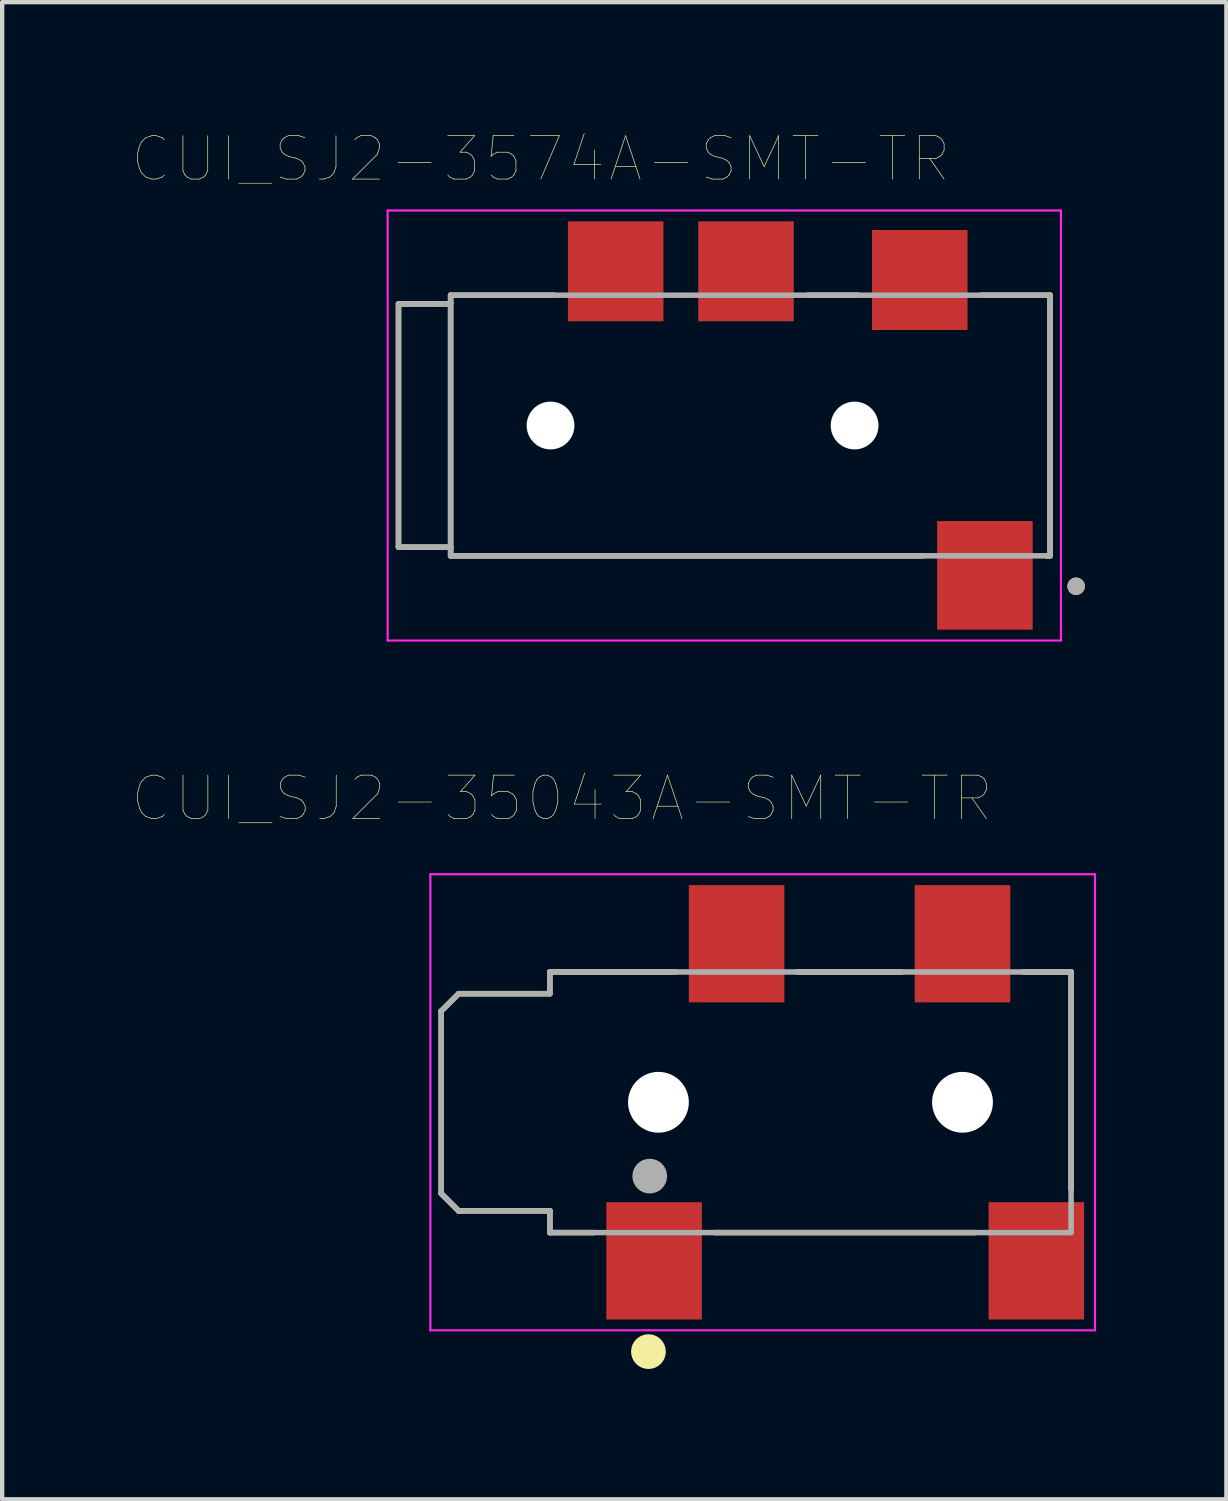
<source format=kicad_pcb>
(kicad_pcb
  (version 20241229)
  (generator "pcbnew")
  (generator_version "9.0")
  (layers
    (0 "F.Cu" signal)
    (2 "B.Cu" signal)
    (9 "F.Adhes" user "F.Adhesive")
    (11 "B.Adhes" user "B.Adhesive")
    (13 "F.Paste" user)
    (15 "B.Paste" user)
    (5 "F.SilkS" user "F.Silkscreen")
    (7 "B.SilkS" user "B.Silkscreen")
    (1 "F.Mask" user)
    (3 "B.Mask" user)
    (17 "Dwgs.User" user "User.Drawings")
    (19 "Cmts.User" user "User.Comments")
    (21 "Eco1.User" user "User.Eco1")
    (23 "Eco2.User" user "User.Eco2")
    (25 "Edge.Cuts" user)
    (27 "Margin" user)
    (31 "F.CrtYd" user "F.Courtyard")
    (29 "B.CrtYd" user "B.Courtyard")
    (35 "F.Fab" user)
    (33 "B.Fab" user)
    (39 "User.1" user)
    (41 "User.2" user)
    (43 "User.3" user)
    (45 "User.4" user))
  (footprint "CUI_SJ2-35043A-SMT-TR"
    (layer "F.Cu")
    (at 15.608 22.326)
    (property "Reference" "CUI_SJ2-35043A-SMT-TR" (at -5.722 -6.993 0) (layer "F.SilkS") (effects (font (size 1.001 1.001) (thickness 0.015))))
    (attr through_hole)
    (fp_line (start -8.5 -2.1) (end -8.5 2.1) (stroke (width 0.127) (type solid)) (layer "F.SilkS"))
    (fp_line (start -8.5 -2.1) (end -8.1 -2.5) (stroke (width 0.127) (type solid)) (layer "F.SilkS"))
    (fp_line (start -8.1 2.5) (end -8.5 2.1) (stroke (width 0.127) (type solid)) (layer "F.SilkS"))
    (fp_line (start -8.1 2.5) (end -6 2.5) (stroke (width 0.127) (type solid)) (layer "F.SilkS"))
    (fp_line (start -6 -3) (end -3.1 -3) (stroke (width 0.127) (type solid)) (layer "F.SilkS"))
    (fp_line (start -6 -2.5) (end -8.1 -2.5) (stroke (width 0.127) (type solid)) (layer "F.SilkS"))
    (fp_line (start -6 -2.5) (end -6 -3) (stroke (width 0.127) (type solid)) (layer "F.SilkS"))
    (fp_line (start -6 3) (end -6 2.5) (stroke (width 0.127) (type solid)) (layer "F.SilkS"))
    (fp_line (start -5 3) (end -6 3) (stroke (width 0.127) (type solid)) (layer "F.SilkS"))
    (fp_line (start -0.3 -3) (end 2.1 -3) (stroke (width 0.127) (type solid)) (layer "F.SilkS"))
    (fp_line (start 3.8 3) (end -2.2 3) (stroke (width 0.127) (type solid)) (layer "F.SilkS"))
    (fp_line (start 4.9 -3) (end 6 -3) (stroke (width 0.127) (type solid)) (layer "F.SilkS"))
    (fp_line (start 6 -3) (end 6 2) (stroke (width 0.127) (type solid)) (layer "F.SilkS"))
    (fp_circle (center -3.73 5.74) (end -3.53 5.74) (stroke (width 0.4) (type solid)) (fill no) (layer "F.SilkS"))
    (fp_line (start -8.75 -5.25) (end 6.55 -5.25) (stroke (width 0.05) (type solid)) (layer "F.CrtYd"))
    (fp_line (start -8.75 5.25) (end -8.75 -5.25) (stroke (width 0.05) (type solid)) (layer "F.CrtYd"))
    (fp_line (start 6.55 -5.25) (end 6.55 5.25) (stroke (width 0.05) (type solid)) (layer "F.CrtYd"))
    (fp_line (start 6.55 5.25) (end -8.75 5.25) (stroke (width 0.05) (type solid)) (layer "F.CrtYd"))
    (fp_line (start -8.5 -2.1) (end -8.5 2.1) (stroke (width 0.127) (type solid)) (layer "F.Fab"))
    (fp_line (start -8.5 -2.1) (end -8.1 -2.5) (stroke (width 0.127) (type solid)) (layer "F.Fab"))
    (fp_line (start -8.1 2.5) (end -8.5 2.1) (stroke (width 0.127) (type solid)) (layer "F.Fab"))
    (fp_line (start -8.1 2.5) (end -6 2.5) (stroke (width 0.127) (type solid)) (layer "F.Fab"))
    (fp_line (start -6 -3) (end 6 -3) (stroke (width 0.127) (type solid)) (layer "F.Fab"))
    (fp_line (start -6 -2.5) (end -8.1 -2.5) (stroke (width 0.127) (type solid)) (layer "F.Fab"))
    (fp_line (start -6 -2.5) (end -6 -3) (stroke (width 0.127) (type solid)) (layer "F.Fab"))
    (fp_line (start -6 3) (end -6 2.5) (stroke (width 0.127) (type solid)) (layer "F.Fab"))
    (fp_line (start 6 -3) (end 6 3) (stroke (width 0.127) (type solid)) (layer "F.Fab"))
    (fp_line (start 6 3) (end -6 3) (stroke (width 0.127) (type solid)) (layer "F.Fab"))
    (fp_circle (center -3.7 1.7) (end -3.5 1.7) (stroke (width 0.4) (type solid)) (fill no) (layer "F.Fab"))
    (pad "" np_thru_hole circle (at -3.5 0) (size 1.4 1.4) (drill 1.4) (layers "*.Cu" "*.Mask"))
    (pad "" np_thru_hole circle (at 3.5 0) (size 1.4 1.4) (drill 1.4) (layers "*.Cu" "*.Mask"))
    (pad "1" smd rect (at -3.6 3.65) (size 2.2 2.7) (layers "F.Cu" "F.Mask" "F.Paste"))
    (pad "2" smd rect (at 5.2 3.65) (size 2.2 2.7) (layers "F.Cu" "F.Mask" "F.Paste"))
    (pad "3" smd rect (at -1.7 -3.65) (size 2.2 2.7) (layers "F.Cu" "F.Mask" "F.Paste"))
    (pad "4" smd rect (at 3.5 -3.65) (size 2.2 2.7) (layers "F.Cu" "F.Mask" "F.Paste")))
  (footprint "CUI_SJ2-3574A-SMT-TR"
    (layer "F.Cu")
    (at 13.624 6.746)
    (property "Reference" "CUI_SJ2-3574A-SMT-TR" (at -4.225 -6.135 0) (layer "F.SilkS") (effects (font (size 1 1) (thickness 0.015))))
    (attr through_hole)
    (fp_line (start -7.5 -2.8) (end -7.5 2.8) (stroke (width 0.127) (type solid)) (layer "F.SilkS"))
    (fp_line (start -7.5 2.8) (end -6.3 2.8) (stroke (width 0.127) (type solid)) (layer "F.SilkS"))
    (fp_line (start -6.3 -3) (end -3.92 -3) (stroke (width 0.127) (type solid)) (layer "F.SilkS"))
    (fp_line (start -6.3 -2.8) (end -7.5 -2.8) (stroke (width 0.127) (type solid)) (layer "F.SilkS"))
    (fp_line (start -6.3 2.8) (end -6.3 -3) (stroke (width 0.127) (type solid)) (layer "F.SilkS"))
    (fp_line (start -6.3 3) (end -6.3 2.8) (stroke (width 0.127) (type solid)) (layer "F.SilkS"))
    (fp_line (start 1.92 -3) (end 3.08 -3) (stroke (width 0.127) (type solid)) (layer "F.SilkS"))
    (fp_line (start 4.58 3) (end -6.3 3) (stroke (width 0.127) (type solid)) (layer "F.SilkS"))
    (fp_line (start 5.92 -3) (end 7.5 -3) (stroke (width 0.127) (type solid)) (layer "F.SilkS"))
    (fp_line (start 7.5 -3) (end 7.5 3) (stroke (width 0.127) (type solid)) (layer "F.SilkS"))
    (fp_line (start 7.5 3) (end 7.42 3) (stroke (width 0.127) (type solid)) (layer "F.SilkS"))
    (fp_circle (center 8.1 3.7) (end 8.2 3.7) (stroke (width 0.2) (type solid)) (fill no) (layer "F.SilkS"))
    (fp_line (start -7.75 -4.95) (end 7.75 -4.95) (stroke (width 0.05) (type solid)) (layer "F.CrtYd"))
    (fp_line (start -7.75 4.95) (end -7.75 -4.95) (stroke (width 0.05) (type solid)) (layer "F.CrtYd"))
    (fp_line (start 7.75 -4.95) (end 7.75 4.95) (stroke (width 0.05) (type solid)) (layer "F.CrtYd"))
    (fp_line (start 7.75 4.95) (end -7.75 4.95) (stroke (width 0.05) (type solid)) (layer "F.CrtYd"))
    (fp_line (start -7.5 -2.8) (end -7.5 2.8) (stroke (width 0.127) (type solid)) (layer "F.Fab"))
    (fp_line (start -7.5 2.8) (end -6.3 2.8) (stroke (width 0.127) (type solid)) (layer "F.Fab"))
    (fp_line (start -6.3 -3) (end 7.5 -3) (stroke (width 0.127) (type solid)) (layer "F.Fab"))
    (fp_line (start -6.3 -2.8) (end -7.5 -2.8) (stroke (width 0.127) (type solid)) (layer "F.Fab"))
    (fp_line (start -6.3 -2.8) (end -6.3 -3) (stroke (width 0.127) (type solid)) (layer "F.Fab"))
    (fp_line (start -6.3 2.8) (end -6.3 -2.8) (stroke (width 0.127) (type solid)) (layer "F.Fab"))
    (fp_line (start -6.3 3) (end -6.3 2.8) (stroke (width 0.127) (type solid)) (layer "F.Fab"))
    (fp_line (start 7.5 -3) (end 7.5 3) (stroke (width 0.127) (type solid)) (layer "F.Fab"))
    (fp_line (start 7.5 3) (end -6.3 3) (stroke (width 0.127) (type solid)) (layer "F.Fab"))
    (fp_circle (center 8.1 3.7) (end 8.2 3.7) (stroke (width 0.2) (type solid)) (fill no) (layer "F.Fab"))
    (pad "" np_thru_hole circle (at -4 0) (size 1.1 1.1) (drill 1.1) (layers "*.Cu" "*.Mask"))
    (pad "" np_thru_hole circle (at 3 0) (size 1.1 1.1) (drill 1.1) (layers "*.Cu" "*.Mask"))
    (pad "1" smd rect (at 6 3.45) (size 2.2 2.5) (layers "F.Cu" "F.Mask" "F.Paste"))
    (pad "2" smd rect (at 4.5 -3.35) (size 2.2 2.3) (layers "F.Cu" "F.Mask" "F.Paste"))
    (pad "3" smd rect (at 0.5 -3.55) (size 2.2 2.3) (layers "F.Cu" "F.Mask" "F.Paste"))
    (pad "4" smd rect (at -2.5 -3.55) (size 2.2 2.3) (layers "F.Cu" "F.Mask" "F.Paste")))
  (gr_rect
    (start -3 -3)
    (end 25.183 31.466)
    (stroke (width 0.1) (type default))
    (fill no)
    (layer "Edge.Cuts")))
</source>
